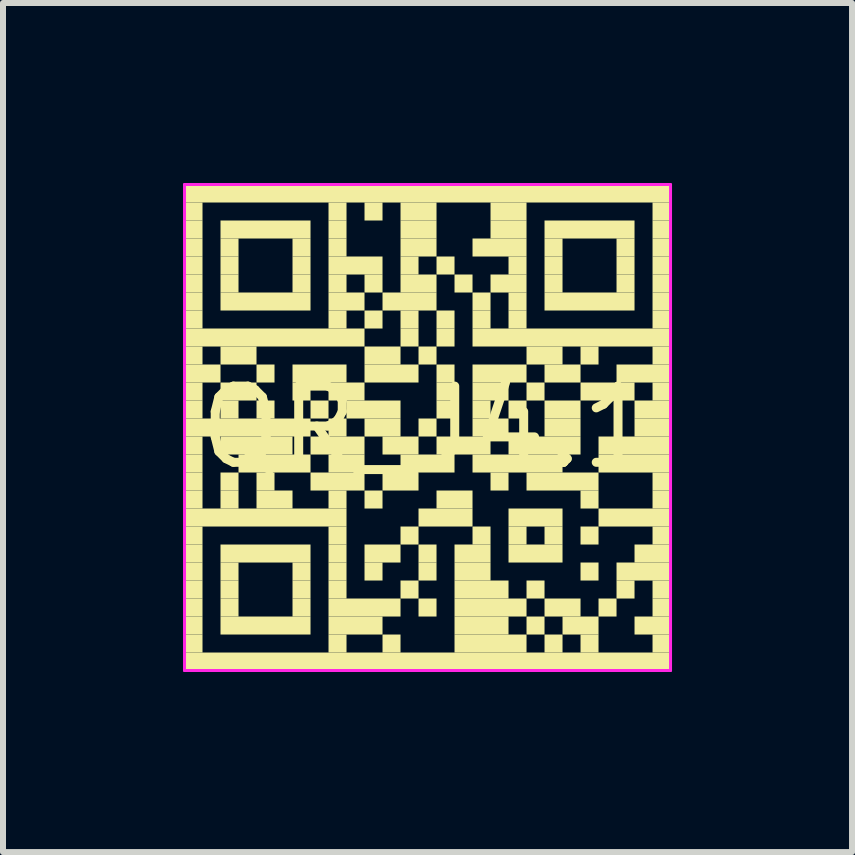
<source format=kicad_pcb>
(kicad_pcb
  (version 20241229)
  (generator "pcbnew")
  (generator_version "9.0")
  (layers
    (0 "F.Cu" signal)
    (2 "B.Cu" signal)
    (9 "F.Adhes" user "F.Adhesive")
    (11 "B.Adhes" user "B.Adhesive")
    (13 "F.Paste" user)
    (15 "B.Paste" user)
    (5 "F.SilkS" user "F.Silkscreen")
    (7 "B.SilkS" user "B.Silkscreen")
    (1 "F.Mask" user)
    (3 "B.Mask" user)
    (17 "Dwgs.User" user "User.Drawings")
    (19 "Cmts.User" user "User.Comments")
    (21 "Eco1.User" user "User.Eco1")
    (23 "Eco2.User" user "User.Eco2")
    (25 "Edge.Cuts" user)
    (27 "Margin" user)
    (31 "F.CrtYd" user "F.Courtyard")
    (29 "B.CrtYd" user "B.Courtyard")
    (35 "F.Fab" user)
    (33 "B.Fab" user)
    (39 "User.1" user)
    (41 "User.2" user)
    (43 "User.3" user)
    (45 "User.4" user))
  (footprint "QR_J4.1"
    (layer "F.Cu")
    (at 4.075 4.075)
    (property "Reference" "QR_J4.1" (at 0 0 0) (layer "F.SilkS") (effects (font (size 1.27 1.27) (thickness 0.15))))
    (attr board_only exclude_from_pos_files exclude_from_bom)
    (fp_poly (pts (xy -3.75 -3.45) (xy -3.75 -3.75) (xy -4.05 -3.75) (xy -4.05 -3.45)) (stroke (width 0) (type solid)) (fill yes) (layer "F.SilkS"))
    (fp_poly (pts (xy -3.75 -3.15) (xy -3.75 -3.45) (xy -4.05 -3.45) (xy -4.05 -3.15)) (stroke (width 0) (type solid)) (fill yes) (layer "F.SilkS"))
    (fp_poly (pts (xy -3.75 -2.85) (xy -3.75 -3.15) (xy -4.05 -3.15) (xy -4.05 -2.85)) (stroke (width 0) (type solid)) (fill yes) (layer "F.SilkS"))
    (fp_poly (pts (xy -3.75 -2.55) (xy -3.75 -2.85) (xy -4.05 -2.85) (xy -4.05 -2.55)) (stroke (width 0) (type solid)) (fill yes) (layer "F.SilkS"))
    (fp_poly (pts (xy -3.75 -2.25) (xy -3.75 -2.55) (xy -4.05 -2.55) (xy -4.05 -2.25)) (stroke (width 0) (type solid)) (fill yes) (layer "F.SilkS"))
    (fp_poly (pts (xy -3.75 -1.95) (xy -3.75 -2.25) (xy -4.05 -2.25) (xy -4.05 -1.95)) (stroke (width 0) (type solid)) (fill yes) (layer "F.SilkS"))
    (fp_poly (pts (xy -3.75 -1.65) (xy -3.75 -1.95) (xy -4.05 -1.95) (xy -4.05 -1.65)) (stroke (width 0) (type solid)) (fill yes) (layer "F.SilkS"))
    (fp_poly (pts (xy -3.75 -1.05) (xy -3.75 -1.35) (xy -4.05 -1.35) (xy -4.05 -1.05)) (stroke (width 0) (type solid)) (fill yes) (layer "F.SilkS"))
    (fp_poly (pts (xy -3.75 -0.45) (xy -3.75 -0.75) (xy -4.05 -0.75) (xy -4.05 -0.45)) (stroke (width 0) (type solid)) (fill yes) (layer "F.SilkS"))
    (fp_poly (pts (xy -3.75 -0.15) (xy -3.75 -0.45) (xy -4.05 -0.45) (xy -4.05 -0.15)) (stroke (width 0) (type solid)) (fill yes) (layer "F.SilkS"))
    (fp_poly (pts (xy -3.75 0.45) (xy -3.75 0.15) (xy -4.05 0.15) (xy -4.05 0.45)) (stroke (width 0) (type solid)) (fill yes) (layer "F.SilkS"))
    (fp_poly (pts (xy -3.75 0.75) (xy -3.75 0.45) (xy -4.05 0.45) (xy -4.05 0.75)) (stroke (width 0) (type solid)) (fill yes) (layer "F.SilkS"))
    (fp_poly (pts (xy -3.75 1.05) (xy -3.75 0.75) (xy -4.05 0.75) (xy -4.05 1.05)) (stroke (width 0) (type solid)) (fill yes) (layer "F.SilkS"))
    (fp_poly (pts (xy -3.75 1.35) (xy -3.75 1.05) (xy -4.05 1.05) (xy -4.05 1.35)) (stroke (width 0) (type solid)) (fill yes) (layer "F.SilkS"))
    (fp_poly (pts (xy -3.75 1.95) (xy -3.75 1.65) (xy -4.05 1.65) (xy -4.05 1.95)) (stroke (width 0) (type solid)) (fill yes) (layer "F.SilkS"))
    (fp_poly (pts (xy -3.75 2.25) (xy -3.75 1.95) (xy -4.05 1.95) (xy -4.05 2.25)) (stroke (width 0) (type solid)) (fill yes) (layer "F.SilkS"))
    (fp_poly (pts (xy -3.75 2.55) (xy -3.75 2.25) (xy -4.05 2.25) (xy -4.05 2.55)) (stroke (width 0) (type solid)) (fill yes) (layer "F.SilkS"))
    (fp_poly (pts (xy -3.75 2.85) (xy -3.75 2.55) (xy -4.05 2.55) (xy -4.05 2.85)) (stroke (width 0) (type solid)) (fill yes) (layer "F.SilkS"))
    (fp_poly (pts (xy -3.75 3.15) (xy -3.75 2.85) (xy -4.05 2.85) (xy -4.05 3.15)) (stroke (width 0) (type solid)) (fill yes) (layer "F.SilkS"))
    (fp_poly (pts (xy -3.75 3.45) (xy -3.75 3.15) (xy -4.05 3.15) (xy -4.05 3.45)) (stroke (width 0) (type solid)) (fill yes) (layer "F.SilkS"))
    (fp_poly (pts (xy -3.75 3.75) (xy -3.75 3.45) (xy -4.05 3.45) (xy -4.05 3.75)) (stroke (width 0) (type solid)) (fill yes) (layer "F.SilkS"))
    (fp_poly (pts (xy -3.45 -0.75) (xy -3.45 -1.05) (xy -4.05 -1.05) (xy -4.05 -0.75)) (stroke (width 0) (type solid)) (fill yes) (layer "F.SilkS"))
    (fp_poly (pts (xy -3.15 -2.85) (xy -3.15 -3.15) (xy -3.45 -3.15) (xy -3.45 -2.85)) (stroke (width 0) (type solid)) (fill yes) (layer "F.SilkS"))
    (fp_poly (pts (xy -3.15 -2.55) (xy -3.15 -2.85) (xy -3.45 -2.85) (xy -3.45 -2.55)) (stroke (width 0) (type solid)) (fill yes) (layer "F.SilkS"))
    (fp_poly (pts (xy -3.15 -2.25) (xy -3.15 -2.55) (xy -3.45 -2.55) (xy -3.45 -2.25)) (stroke (width 0) (type solid)) (fill yes) (layer "F.SilkS"))
    (fp_poly (pts (xy -3.15 -0.15) (xy -3.15 -0.45) (xy -3.45 -0.45) (xy -3.45 -0.15)) (stroke (width 0) (type solid)) (fill yes) (layer "F.SilkS"))
    (fp_poly (pts (xy -3.15 1.05) (xy -3.15 0.75) (xy -3.45 0.75) (xy -3.45 1.05)) (stroke (width 0) (type solid)) (fill yes) (layer "F.SilkS"))
    (fp_poly (pts (xy -3.15 1.35) (xy -3.15 1.05) (xy -3.45 1.05) (xy -3.45 1.35)) (stroke (width 0) (type solid)) (fill yes) (layer "F.SilkS"))
    (fp_poly (pts (xy -3.15 2.55) (xy -3.15 2.25) (xy -3.45 2.25) (xy -3.45 2.55)) (stroke (width 0) (type solid)) (fill yes) (layer "F.SilkS"))
    (fp_poly (pts (xy -3.15 2.85) (xy -3.15 2.55) (xy -3.45 2.55) (xy -3.45 2.85)) (stroke (width 0) (type solid)) (fill yes) (layer "F.SilkS"))
    (fp_poly (pts (xy -3.15 3.15) (xy -3.15 2.85) (xy -3.45 2.85) (xy -3.45 3.15)) (stroke (width 0) (type solid)) (fill yes) (layer "F.SilkS"))
    (fp_poly (pts (xy -2.85 -1.05) (xy -2.85 -1.35) (xy -3.45 -1.35) (xy -3.45 -1.05)) (stroke (width 0) (type solid)) (fill yes) (layer "F.SilkS"))
    (fp_poly (pts (xy -2.85 -0.45) (xy -2.85 -0.75) (xy -3.45 -0.75) (xy -3.45 -0.45)) (stroke (width 0) (type solid)) (fill yes) (layer "F.SilkS"))
    (fp_poly (pts (xy -2.55 -0.75) (xy -2.55 -1.05) (xy -2.85 -1.05) (xy -2.85 -0.75)) (stroke (width 0) (type solid)) (fill yes) (layer "F.SilkS"))
    (fp_poly (pts (xy -2.55 -0.15) (xy -2.55 -0.45) (xy -2.85 -0.45) (xy -2.85 -0.15)) (stroke (width 0) (type solid)) (fill yes) (layer "F.SilkS"))
    (fp_poly (pts (xy -2.55 1.05) (xy -2.55 0.75) (xy -2.85 0.75) (xy -2.85 1.05)) (stroke (width 0) (type solid)) (fill yes) (layer "F.SilkS"))
    (fp_poly (pts (xy -2.25 0.45) (xy -2.25 0.15) (xy -3.45 0.15) (xy -3.45 0.45)) (stroke (width 0) (type solid)) (fill yes) (layer "F.SilkS"))
    (fp_poly (pts (xy -2.25 1.35) (xy -2.25 1.05) (xy -2.85 1.05) (xy -2.85 1.35)) (stroke (width 0) (type solid)) (fill yes) (layer "F.SilkS"))
    (fp_poly (pts (xy -1.95 -3.15) (xy -1.95 -3.45) (xy -3.45 -3.45) (xy -3.45 -3.15)) (stroke (width 0) (type solid)) (fill yes) (layer "F.SilkS"))
    (fp_poly (pts (xy -1.95 -2.85) (xy -1.95 -3.15) (xy -2.25 -3.15) (xy -2.25 -2.85)) (stroke (width 0) (type solid)) (fill yes) (layer "F.SilkS"))
    (fp_poly (pts (xy -1.95 -2.55) (xy -1.95 -2.85) (xy -2.25 -2.85) (xy -2.25 -2.55)) (stroke (width 0) (type solid)) (fill yes) (layer "F.SilkS"))
    (fp_poly (pts (xy -1.95 -2.25) (xy -1.95 -2.55) (xy -2.25 -2.55) (xy -2.25 -2.25)) (stroke (width 0) (type solid)) (fill yes) (layer "F.SilkS"))
    (fp_poly (pts (xy -1.95 -1.95) (xy -1.95 -2.25) (xy -3.45 -2.25) (xy -3.45 -1.95)) (stroke (width 0) (type solid)) (fill yes) (layer "F.SilkS"))
    (fp_poly (pts (xy -1.95 -0.45) (xy -1.95 -0.75) (xy -2.25 -0.75) (xy -2.25 -0.45)) (stroke (width 0) (type solid)) (fill yes) (layer "F.SilkS"))
    (fp_poly (pts (xy -1.95 0.15) (xy -1.95 -0.15) (xy -4.05 -0.15) (xy -4.05 0.15)) (stroke (width 0) (type solid)) (fill yes) (layer "F.SilkS"))
    (fp_poly (pts (xy -1.95 0.75) (xy -1.95 0.45) (xy -3.15 0.45) (xy -3.15 0.75)) (stroke (width 0) (type solid)) (fill yes) (layer "F.SilkS"))
    (fp_poly (pts (xy -1.95 2.25) (xy -1.95 1.95) (xy -3.45 1.95) (xy -3.45 2.25)) (stroke (width 0) (type solid)) (fill yes) (layer "F.SilkS"))
    (fp_poly (pts (xy -1.95 2.55) (xy -1.95 2.25) (xy -2.25 2.25) (xy -2.25 2.55)) (stroke (width 0) (type solid)) (fill yes) (layer "F.SilkS"))
    (fp_poly (pts (xy -1.95 2.85) (xy -1.95 2.55) (xy -2.25 2.55) (xy -2.25 2.85)) (stroke (width 0) (type solid)) (fill yes) (layer "F.SilkS"))
    (fp_poly (pts (xy -1.95 3.15) (xy -1.95 2.85) (xy -2.25 2.85) (xy -2.25 3.15)) (stroke (width 0) (type solid)) (fill yes) (layer "F.SilkS"))
    (fp_poly (pts (xy -1.95 3.45) (xy -1.95 3.15) (xy -3.45 3.15) (xy -3.45 3.45)) (stroke (width 0) (type solid)) (fill yes) (layer "F.SilkS"))
    (fp_poly (pts (xy -1.65 -0.15) (xy -1.65 -0.45) (xy -1.95 -0.45) (xy -1.95 -0.15)) (stroke (width 0) (type solid)) (fill yes) (layer "F.SilkS"))
    (fp_poly (pts (xy -1.35 -3.45) (xy -1.35 -3.75) (xy -1.65 -3.75) (xy -1.65 -3.45)) (stroke (width 0) (type solid)) (fill yes) (layer "F.SilkS"))
    (fp_poly (pts (xy -1.35 -3.15) (xy -1.35 -3.45) (xy -1.65 -3.45) (xy -1.65 -3.15)) (stroke (width 0) (type solid)) (fill yes) (layer "F.SilkS"))
    (fp_poly (pts (xy -1.35 -2.85) (xy -1.35 -3.15) (xy -1.65 -3.15) (xy -1.65 -2.85)) (stroke (width 0) (type solid)) (fill yes) (layer "F.SilkS"))
    (fp_poly (pts (xy -1.35 -2.25) (xy -1.35 -2.55) (xy -1.65 -2.55) (xy -1.65 -2.25)) (stroke (width 0) (type solid)) (fill yes) (layer "F.SilkS"))
    (fp_poly (pts (xy -1.35 -1.65) (xy -1.35 -1.95) (xy -1.65 -1.95) (xy -1.65 -1.65)) (stroke (width 0) (type solid)) (fill yes) (layer "F.SilkS"))
    (fp_poly (pts (xy -1.35 -0.75) (xy -1.35 -1.05) (xy -2.25 -1.05) (xy -2.25 -0.75)) (stroke (width 0) (type solid)) (fill yes) (layer "F.SilkS"))
    (fp_poly (pts (xy -1.35 0.15) (xy -1.35 -0.15) (xy -1.65 -0.15) (xy -1.65 0.15)) (stroke (width 0) (type solid)) (fill yes) (layer "F.SilkS"))
    (fp_poly (pts (xy -1.35 1.35) (xy -1.35 1.05) (xy -1.65 1.05) (xy -1.65 1.35)) (stroke (width 0) (type solid)) (fill yes) (layer "F.SilkS"))
    (fp_poly (pts (xy -1.35 1.65) (xy -1.35 1.35) (xy -4.05 1.35) (xy -4.05 1.65)) (stroke (width 0) (type solid)) (fill yes) (layer "F.SilkS"))
    (fp_poly (pts (xy -1.35 1.95) (xy -1.35 1.65) (xy -1.65 1.65) (xy -1.65 1.95)) (stroke (width 0) (type solid)) (fill yes) (layer "F.SilkS"))
    (fp_poly (pts (xy -1.35 2.25) (xy -1.35 1.95) (xy -1.65 1.95) (xy -1.65 2.25)) (stroke (width 0) (type solid)) (fill yes) (layer "F.SilkS"))
    (fp_poly (pts (xy -1.35 2.55) (xy -1.35 2.25) (xy -1.65 2.25) (xy -1.65 2.55)) (stroke (width 0) (type solid)) (fill yes) (layer "F.SilkS"))
    (fp_poly (pts (xy -1.35 2.85) (xy -1.35 2.55) (xy -1.65 2.55) (xy -1.65 2.85)) (stroke (width 0) (type solid)) (fill yes) (layer "F.SilkS"))
    (fp_poly (pts (xy -1.35 3.75) (xy -1.35 3.45) (xy -1.65 3.45) (xy -1.65 3.75)) (stroke (width 0) (type solid)) (fill yes) (layer "F.SilkS"))
    (fp_poly (pts (xy -1.05 -1.95) (xy -1.05 -2.25) (xy -1.65 -2.25) (xy -1.65 -1.95)) (stroke (width 0) (type solid)) (fill yes) (layer "F.SilkS"))
    (fp_poly (pts (xy -1.05 -1.35) (xy -1.05 -1.65) (xy -4.05 -1.65) (xy -4.05 -1.35)) (stroke (width 0) (type solid)) (fill yes) (layer "F.SilkS"))
    (fp_poly (pts (xy -1.05 -0.45) (xy -1.05 -0.75) (xy -1.65 -0.75) (xy -1.65 -0.45)) (stroke (width 0) (type solid)) (fill yes) (layer "F.SilkS"))
    (fp_poly (pts (xy -1.05 0.45) (xy -1.05 0.15) (xy -1.95 0.15) (xy -1.95 0.45)) (stroke (width 0) (type solid)) (fill yes) (layer "F.SilkS"))
    (fp_poly (pts (xy -1.05 0.75) (xy -1.05 0.45) (xy -1.65 0.45) (xy -1.65 0.75)) (stroke (width 0) (type solid)) (fill yes) (layer "F.SilkS"))
    (fp_poly (pts (xy -1.05 1.05) (xy -1.05 0.75) (xy -1.95 0.75) (xy -1.95 1.05)) (stroke (width 0) (type solid)) (fill yes) (layer "F.SilkS"))
    (fp_poly (pts (xy -0.75 -3.45) (xy -0.75 -3.75) (xy -1.05 -3.75) (xy -1.05 -3.45)) (stroke (width 0) (type solid)) (fill yes) (layer "F.SilkS"))
    (fp_poly (pts (xy -0.75 -2.55) (xy -0.75 -2.85) (xy -1.65 -2.85) (xy -1.65 -2.55)) (stroke (width 0) (type solid)) (fill yes) (layer "F.SilkS"))
    (fp_poly (pts (xy -0.75 -2.25) (xy -0.75 -2.55) (xy -1.05 -2.55) (xy -1.05 -2.25)) (stroke (width 0) (type solid)) (fill yes) (layer "F.SilkS"))
    (fp_poly (pts (xy -0.75 -1.65) (xy -0.75 -1.95) (xy -1.05 -1.95) (xy -1.05 -1.65)) (stroke (width 0) (type solid)) (fill yes) (layer "F.SilkS"))
    (fp_poly (pts (xy -0.75 1.35) (xy -0.75 1.05) (xy -1.05 1.05) (xy -1.05 1.35)) (stroke (width 0) (type solid)) (fill yes) (layer "F.SilkS"))
    (fp_poly (pts (xy -0.75 2.55) (xy -0.75 2.25) (xy -1.05 2.25) (xy -1.05 2.55)) (stroke (width 0) (type solid)) (fill yes) (layer "F.SilkS"))
    (fp_poly (pts (xy -0.75 3.45) (xy -0.75 3.15) (xy -1.65 3.15) (xy -1.65 3.45)) (stroke (width 0) (type solid)) (fill yes) (layer "F.SilkS"))
    (fp_poly (pts (xy -0.45 -1.05) (xy -0.45 -1.35) (xy -1.05 -1.35) (xy -1.05 -1.05)) (stroke (width 0) (type solid)) (fill yes) (layer "F.SilkS"))
    (fp_poly (pts (xy -0.45 -0.15) (xy -0.45 -0.45) (xy -1.35 -0.45) (xy -1.35 -0.15)) (stroke (width 0) (type solid)) (fill yes) (layer "F.SilkS"))
    (fp_poly (pts (xy -0.45 0.15) (xy -0.45 -0.15) (xy -1.05 -0.15) (xy -1.05 0.15)) (stroke (width 0) (type solid)) (fill yes) (layer "F.SilkS"))
    (fp_poly (pts (xy -0.45 2.25) (xy -0.45 1.95) (xy -1.05 1.95) (xy -1.05 2.25)) (stroke (width 0) (type solid)) (fill yes) (layer "F.SilkS"))
    (fp_poly (pts (xy -0.45 3.15) (xy -0.45 2.85) (xy -1.65 2.85) (xy -1.65 3.15)) (stroke (width 0) (type solid)) (fill yes) (layer "F.SilkS"))
    (fp_poly (pts (xy -0.45 3.75) (xy -0.45 3.45) (xy -0.75 3.45) (xy -0.75 3.75)) (stroke (width 0) (type solid)) (fill yes) (layer "F.SilkS"))
    (fp_poly (pts (xy -0.15 -2.55) (xy -0.15 -2.85) (xy -0.45 -2.85) (xy -0.45 -2.55)) (stroke (width 0) (type solid)) (fill yes) (layer "F.SilkS"))
    (fp_poly (pts (xy -0.15 -1.65) (xy -0.15 -1.95) (xy -0.45 -1.95) (xy -0.45 -1.65)) (stroke (width 0) (type solid)) (fill yes) (layer "F.SilkS"))
    (fp_poly (pts (xy -0.15 -1.35) (xy -0.15 -1.65) (xy -0.45 -1.65) (xy -0.45 -1.35)) (stroke (width 0) (type solid)) (fill yes) (layer "F.SilkS"))
    (fp_poly (pts (xy -0.15 -0.75) (xy -0.15 -1.05) (xy -1.05 -1.05) (xy -1.05 -0.75)) (stroke (width 0) (type solid)) (fill yes) (layer "F.SilkS"))
    (fp_poly (pts (xy -0.15 0.45) (xy -0.15 0.15) (xy -0.75 0.15) (xy -0.75 0.45)) (stroke (width 0) (type solid)) (fill yes) (layer "F.SilkS"))
    (fp_poly (pts (xy -0.15 1.05) (xy -0.15 0.75) (xy -0.75 0.75) (xy -0.75 1.05)) (stroke (width 0) (type solid)) (fill yes) (layer "F.SilkS"))
    (fp_poly (pts (xy -0.15 1.95) (xy -0.15 1.65) (xy -0.45 1.65) (xy -0.45 1.95)) (stroke (width 0) (type solid)) (fill yes) (layer "F.SilkS"))
    (fp_poly (pts (xy -0.15 2.85) (xy -0.15 2.55) (xy -0.45 2.55) (xy -0.45 2.85)) (stroke (width 0) (type solid)) (fill yes) (layer "F.SilkS"))
    (fp_poly (pts (xy 0.15 -3.45) (xy 0.15 -3.75) (xy -0.45 -3.75) (xy -0.45 -3.45)) (stroke (width 0) (type solid)) (fill yes) (layer "F.SilkS"))
    (fp_poly (pts (xy 0.15 -3.15) (xy 0.15 -3.45) (xy -0.45 -3.45) (xy -0.45 -3.15)) (stroke (width 0) (type solid)) (fill yes) (layer "F.SilkS"))
    (fp_poly (pts (xy 0.15 -2.85) (xy 0.15 -3.15) (xy -0.45 -3.15) (xy -0.45 -2.85)) (stroke (width 0) (type solid)) (fill yes) (layer "F.SilkS"))
    (fp_poly (pts (xy 0.15 -2.25) (xy 0.15 -2.55) (xy -0.45 -2.55) (xy -0.45 -2.25)) (stroke (width 0) (type solid)) (fill yes) (layer "F.SilkS"))
    (fp_poly (pts (xy 0.15 -1.95) (xy 0.15 -2.25) (xy -0.75 -2.25) (xy -0.75 -1.95)) (stroke (width 0) (type solid)) (fill yes) (layer "F.SilkS"))
    (fp_poly (pts (xy 0.15 -1.05) (xy 0.15 -1.35) (xy -0.15 -1.35) (xy -0.15 -1.05)) (stroke (width 0) (type solid)) (fill yes) (layer "F.SilkS"))
    (fp_poly (pts (xy 0.15 0.15) (xy 0.15 -0.15) (xy -0.15 -0.15) (xy -0.15 0.15)) (stroke (width 0) (type solid)) (fill yes) (layer "F.SilkS"))
    (fp_poly (pts (xy 0.15 2.25) (xy 0.15 1.95) (xy -0.15 1.95) (xy -0.15 2.25)) (stroke (width 0) (type solid)) (fill yes) (layer "F.SilkS"))
    (fp_poly (pts (xy 0.15 2.55) (xy 0.15 2.25) (xy -0.15 2.25) (xy -0.15 2.55)) (stroke (width 0) (type solid)) (fill yes) (layer "F.SilkS"))
    (fp_poly (pts (xy 0.15 3.15) (xy 0.15 2.85) (xy -0.15 2.85) (xy -0.15 3.15)) (stroke (width 0) (type solid)) (fill yes) (layer "F.SilkS"))
    (fp_poly (pts (xy 0.45 -2.55) (xy 0.45 -2.85) (xy 0.15 -2.85) (xy 0.15 -2.55)) (stroke (width 0) (type solid)) (fill yes) (layer "F.SilkS"))
    (fp_poly (pts (xy 0.45 -1.65) (xy 0.45 -1.95) (xy 0.15 -1.95) (xy 0.15 -1.65)) (stroke (width 0) (type solid)) (fill yes) (layer "F.SilkS"))
    (fp_poly (pts (xy 0.45 -1.35) (xy 0.45 -1.65) (xy 0.15 -1.65) (xy 0.15 -1.35)) (stroke (width 0) (type solid)) (fill yes) (layer "F.SilkS"))
    (fp_poly (pts (xy 0.45 -0.75) (xy 0.45 -1.05) (xy 0.15 -1.05) (xy 0.15 -0.75)) (stroke (width 0) (type solid)) (fill yes) (layer "F.SilkS"))
    (fp_poly (pts (xy 0.45 -0.45) (xy 0.45 -0.75) (xy 0.15 -0.75) (xy 0.15 -0.45)) (stroke (width 0) (type solid)) (fill yes) (layer "F.SilkS"))
    (fp_poly (pts (xy 0.45 -0.15) (xy 0.45 -0.45) (xy 0.15 -0.45) (xy 0.15 -0.15)) (stroke (width 0) (type solid)) (fill yes) (layer "F.SilkS"))
    (fp_poly (pts (xy 0.45 0.75) (xy 0.45 0.45) (xy -0.45 0.45) (xy -0.45 0.75)) (stroke (width 0) (type solid)) (fill yes) (layer "F.SilkS"))
    (fp_poly (pts (xy 0.75 -2.25) (xy 0.75 -2.55) (xy 0.45 -2.55) (xy 0.45 -2.25)) (stroke (width 0) (type solid)) (fill yes) (layer "F.SilkS"))
    (fp_poly (pts (xy 0.75 1.35) (xy 0.75 1.05) (xy 0.15 1.05) (xy 0.15 1.35)) (stroke (width 0) (type solid)) (fill yes) (layer "F.SilkS"))
    (fp_poly (pts (xy 0.75 1.65) (xy 0.75 1.35) (xy -0.15 1.35) (xy -0.15 1.65)) (stroke (width 0) (type solid)) (fill yes) (layer "F.SilkS"))
    (fp_poly (pts (xy 1.05 -1.95) (xy 1.05 -2.25) (xy 0.75 -2.25) (xy 0.75 -1.95)) (stroke (width 0) (type solid)) (fill yes) (layer "F.SilkS"))
    (fp_poly (pts (xy 1.05 -1.65) (xy 1.05 -1.95) (xy 0.75 -1.95) (xy 0.75 -1.65)) (stroke (width 0) (type solid)) (fill yes) (layer "F.SilkS"))
    (fp_poly (pts (xy 1.05 -0.15) (xy 1.05 -0.45) (xy 0.75 -0.45) (xy 0.75 -0.15)) (stroke (width 0) (type solid)) (fill yes) (layer "F.SilkS"))
    (fp_poly (pts (xy 1.05 0.45) (xy 1.05 0.15) (xy 0.15 0.15) (xy 0.15 0.45)) (stroke (width 0) (type solid)) (fill yes) (layer "F.SilkS"))
    (fp_poly (pts (xy 1.05 1.95) (xy 1.05 1.65) (xy 0.75 1.65) (xy 0.75 1.95)) (stroke (width 0) (type solid)) (fill yes) (layer "F.SilkS"))
    (fp_poly (pts (xy 1.05 2.25) (xy 1.05 1.95) (xy 0.45 1.95) (xy 0.45 2.25)) (stroke (width 0) (type solid)) (fill yes) (layer "F.SilkS"))
    (fp_poly (pts (xy 1.05 2.55) (xy 1.05 2.25) (xy 0.45 2.25) (xy 0.45 2.55)) (stroke (width 0) (type solid)) (fill yes) (layer "F.SilkS"))
    (fp_poly (pts (xy 1.35 -0.45) (xy 1.35 -0.75) (xy 0.75 -0.75) (xy 0.75 -0.45)) (stroke (width 0) (type solid)) (fill yes) (layer "F.SilkS"))
    (fp_poly (pts (xy 1.35 0.15) (xy 1.35 -0.15) (xy 0.75 -0.15) (xy 0.75 0.15)) (stroke (width 0) (type solid)) (fill yes) (layer "F.SilkS"))
    (fp_poly (pts (xy 1.35 1.05) (xy 1.35 0.75) (xy 1.05 0.75) (xy 1.05 1.05)) (stroke (width 0) (type solid)) (fill yes) (layer "F.SilkS"))
    (fp_poly (pts (xy 1.35 2.85) (xy 1.35 2.55) (xy 0.45 2.55) (xy 0.45 2.85)) (stroke (width 0) (type solid)) (fill yes) (layer "F.SilkS"))
    (fp_poly (pts (xy 1.35 3.45) (xy 1.35 3.15) (xy 0.45 3.15) (xy 0.45 3.45)) (stroke (width 0) (type solid)) (fill yes) (layer "F.SilkS"))
    (fp_poly (pts (xy 1.65 -3.45) (xy 1.65 -3.75) (xy 1.05 -3.75) (xy 1.05 -3.45)) (stroke (width 0) (type solid)) (fill yes) (layer "F.SilkS"))
    (fp_poly (pts (xy 1.65 -3.15) (xy 1.65 -3.45) (xy 1.05 -3.45) (xy 1.05 -3.15)) (stroke (width 0) (type solid)) (fill yes) (layer "F.SilkS"))
    (fp_poly (pts (xy 1.65 -2.85) (xy 1.65 -3.15) (xy 0.75 -3.15) (xy 0.75 -2.85)) (stroke (width 0) (type solid)) (fill yes) (layer "F.SilkS"))
    (fp_poly (pts (xy 1.65 -2.55) (xy 1.65 -2.85) (xy 1.35 -2.85) (xy 1.35 -2.55)) (stroke (width 0) (type solid)) (fill yes) (layer "F.SilkS"))
    (fp_poly (pts (xy 1.65 -2.25) (xy 1.65 -2.55) (xy 1.05 -2.55) (xy 1.05 -2.25)) (stroke (width 0) (type solid)) (fill yes) (layer "F.SilkS"))
    (fp_poly (pts (xy 1.65 -1.95) (xy 1.65 -2.25) (xy 1.35 -2.25) (xy 1.35 -1.95)) (stroke (width 0) (type solid)) (fill yes) (layer "F.SilkS"))
    (fp_poly (pts (xy 1.65 -1.65) (xy 1.65 -1.95) (xy 1.35 -1.95) (xy 1.35 -1.65)) (stroke (width 0) (type solid)) (fill yes) (layer "F.SilkS"))
    (fp_poly (pts (xy 1.65 -0.75) (xy 1.65 -1.05) (xy 0.75 -1.05) (xy 0.75 -0.75)) (stroke (width 0) (type solid)) (fill yes) (layer "F.SilkS"))
    (fp_poly (pts (xy 1.65 -0.15) (xy 1.65 -0.45) (xy 1.35 -0.45) (xy 1.35 -0.15)) (stroke (width 0) (type solid)) (fill yes) (layer "F.SilkS"))
    (fp_poly (pts (xy 1.65 1.95) (xy 1.65 1.65) (xy 1.35 1.65) (xy 1.35 1.95)) (stroke (width 0) (type solid)) (fill yes) (layer "F.SilkS"))
    (fp_poly (pts (xy 1.65 3.15) (xy 1.65 2.85) (xy 0.45 2.85) (xy 0.45 3.15)) (stroke (width 0) (type solid)) (fill yes) (layer "F.SilkS"))
    (fp_poly (pts (xy 1.65 3.75) (xy 1.65 3.45) (xy 0.45 3.45) (xy 0.45 3.75)) (stroke (width 0) (type solid)) (fill yes) (layer "F.SilkS"))
    (fp_poly (pts (xy 1.95 -0.45) (xy 1.95 -0.75) (xy 1.65 -0.75) (xy 1.65 -0.45)) (stroke (width 0) (type solid)) (fill yes) (layer "F.SilkS"))
    (fp_poly (pts (xy 1.95 2.85) (xy 1.95 2.55) (xy 1.65 2.55) (xy 1.65 2.85)) (stroke (width 0) (type solid)) (fill yes) (layer "F.SilkS"))
    (fp_poly (pts (xy 1.95 3.45) (xy 1.95 3.15) (xy 1.65 3.15) (xy 1.65 3.45)) (stroke (width 0) (type solid)) (fill yes) (layer "F.SilkS"))
    (fp_poly (pts (xy 2.25 -2.85) (xy 2.25 -3.15) (xy 1.95 -3.15) (xy 1.95 -2.85)) (stroke (width 0) (type solid)) (fill yes) (layer "F.SilkS"))
    (fp_poly (pts (xy 2.25 -2.55) (xy 2.25 -2.85) (xy 1.95 -2.85) (xy 1.95 -2.55)) (stroke (width 0) (type solid)) (fill yes) (layer "F.SilkS"))
    (fp_poly (pts (xy 2.25 -2.25) (xy 2.25 -2.55) (xy 1.95 -2.55) (xy 1.95 -2.25)) (stroke (width 0) (type solid)) (fill yes) (layer "F.SilkS"))
    (fp_poly (pts (xy 2.25 -1.05) (xy 2.25 -1.35) (xy 1.65 -1.35) (xy 1.65 -1.05)) (stroke (width 0) (type solid)) (fill yes) (layer "F.SilkS"))
    (fp_poly (pts (xy 2.25 0.75) (xy 2.25 0.45) (xy 0.75 0.45) (xy 0.75 0.75)) (stroke (width 0) (type solid)) (fill yes) (layer "F.SilkS"))
    (fp_poly (pts (xy 2.25 1.65) (xy 2.25 1.35) (xy 1.35 1.35) (xy 1.35 1.65)) (stroke (width 0) (type solid)) (fill yes) (layer "F.SilkS"))
    (fp_poly (pts (xy 2.25 1.95) (xy 2.25 1.65) (xy 1.95 1.65) (xy 1.95 1.95)) (stroke (width 0) (type solid)) (fill yes) (layer "F.SilkS"))
    (fp_poly (pts (xy 2.25 2.25) (xy 2.25 1.95) (xy 1.35 1.95) (xy 1.35 2.25)) (stroke (width 0) (type solid)) (fill yes) (layer "F.SilkS"))
    (fp_poly (pts (xy 2.25 3.75) (xy 2.25 3.45) (xy 1.95 3.45) (xy 1.95 3.75)) (stroke (width 0) (type solid)) (fill yes) (layer "F.SilkS"))
    (fp_poly (pts (xy 2.55 -0.75) (xy 2.55 -1.05) (xy 1.95 -1.05) (xy 1.95 -0.75)) (stroke (width 0) (type solid)) (fill yes) (layer "F.SilkS"))
    (fp_poly (pts (xy 2.55 -0.15) (xy 2.55 -0.45) (xy 1.95 -0.45) (xy 1.95 -0.15)) (stroke (width 0) (type solid)) (fill yes) (layer "F.SilkS"))
    (fp_poly (pts (xy 2.55 0.15) (xy 2.55 -0.15) (xy 1.95 -0.15) (xy 1.95 0.15)) (stroke (width 0) (type solid)) (fill yes) (layer "F.SilkS"))
    (fp_poly (pts (xy 2.55 0.45) (xy 2.55 0.15) (xy 1.35 0.15) (xy 1.35 0.45)) (stroke (width 0) (type solid)) (fill yes) (layer "F.SilkS"))
    (fp_poly (pts (xy 2.55 3.15) (xy 2.55 2.85) (xy 1.95 2.85) (xy 1.95 3.15)) (stroke (width 0) (type solid)) (fill yes) (layer "F.SilkS"))
    (fp_poly (pts (xy 2.85 -1.05) (xy 2.85 -1.35) (xy 2.55 -1.35) (xy 2.55 -1.05)) (stroke (width 0) (type solid)) (fill yes) (layer "F.SilkS"))
    (fp_poly (pts (xy 2.85 1.05) (xy 2.85 0.75) (xy 1.65 0.75) (xy 1.65 1.05)) (stroke (width 0) (type solid)) (fill yes) (layer "F.SilkS"))
    (fp_poly (pts (xy 2.85 1.35) (xy 2.85 1.05) (xy 2.55 1.05) (xy 2.55 1.35)) (stroke (width 0) (type solid)) (fill yes) (layer "F.SilkS"))
    (fp_poly (pts (xy 2.85 1.95) (xy 2.85 1.65) (xy 2.55 1.65) (xy 2.55 1.95)) (stroke (width 0) (type solid)) (fill yes) (layer "F.SilkS"))
    (fp_poly (pts (xy 2.85 2.55) (xy 2.85 2.25) (xy 2.55 2.25) (xy 2.55 2.55)) (stroke (width 0) (type solid)) (fill yes) (layer "F.SilkS"))
    (fp_poly (pts (xy 2.85 3.45) (xy 2.85 3.15) (xy 2.25 3.15) (xy 2.25 3.45)) (stroke (width 0) (type solid)) (fill yes) (layer "F.SilkS"))
    (fp_poly (pts (xy 2.85 3.75) (xy 2.85 3.45) (xy 2.55 3.45) (xy 2.55 3.75)) (stroke (width 0) (type solid)) (fill yes) (layer "F.SilkS"))
    (fp_poly (pts (xy 3.15 3.15) (xy 3.15 2.85) (xy 2.85 2.85) (xy 2.85 3.15)) (stroke (width 0) (type solid)) (fill yes) (layer "F.SilkS"))
    (fp_poly (pts (xy 3.45 -3.15) (xy 3.45 -3.45) (xy 1.95 -3.45) (xy 1.95 -3.15)) (stroke (width 0) (type solid)) (fill yes) (layer "F.SilkS"))
    (fp_poly (pts (xy 3.45 -2.85) (xy 3.45 -3.15) (xy 3.15 -3.15) (xy 3.15 -2.85)) (stroke (width 0) (type solid)) (fill yes) (layer "F.SilkS"))
    (fp_poly (pts (xy 3.45 -2.55) (xy 3.45 -2.85) (xy 3.15 -2.85) (xy 3.15 -2.55)) (stroke (width 0) (type solid)) (fill yes) (layer "F.SilkS"))
    (fp_poly (pts (xy 3.45 -2.25) (xy 3.45 -2.55) (xy 3.15 -2.55) (xy 3.15 -2.25)) (stroke (width 0) (type solid)) (fill yes) (layer "F.SilkS"))
    (fp_poly (pts (xy 3.45 -1.95) (xy 3.45 -2.25) (xy 1.95 -2.25) (xy 1.95 -1.95)) (stroke (width 0) (type solid)) (fill yes) (layer "F.SilkS"))
    (fp_poly (pts (xy 3.45 -0.45) (xy 3.45 -0.75) (xy 2.55 -0.75) (xy 2.55 -0.45)) (stroke (width 0) (type solid)) (fill yes) (layer "F.SilkS"))
    (fp_poly (pts (xy 3.45 2.85) (xy 3.45 2.55) (xy 3.15 2.55) (xy 3.15 2.85)) (stroke (width 0) (type solid)) (fill yes) (layer "F.SilkS"))
    (fp_poly (pts (xy 4.05 -3.75) (xy 4.05 -4.05) (xy -4.05 -4.05) (xy -4.05 -3.75)) (stroke (width 0) (type solid)) (fill yes) (layer "F.SilkS"))
    (fp_poly (pts (xy 4.05 -3.45) (xy 4.05 -3.75) (xy 3.75 -3.75) (xy 3.75 -3.45)) (stroke (width 0) (type solid)) (fill yes) (layer "F.SilkS"))
    (fp_poly (pts (xy 4.05 -3.15) (xy 4.05 -3.45) (xy 3.75 -3.45) (xy 3.75 -3.15)) (stroke (width 0) (type solid)) (fill yes) (layer "F.SilkS"))
    (fp_poly (pts (xy 4.05 -2.85) (xy 4.05 -3.15) (xy 3.75 -3.15) (xy 3.75 -2.85)) (stroke (width 0) (type solid)) (fill yes) (layer "F.SilkS"))
    (fp_poly (pts (xy 4.05 -2.55) (xy 4.05 -2.85) (xy 3.75 -2.85) (xy 3.75 -2.55)) (stroke (width 0) (type solid)) (fill yes) (layer "F.SilkS"))
    (fp_poly (pts (xy 4.05 -2.25) (xy 4.05 -2.55) (xy 3.75 -2.55) (xy 3.75 -2.25)) (stroke (width 0) (type solid)) (fill yes) (layer "F.SilkS"))
    (fp_poly (pts (xy 4.05 -1.95) (xy 4.05 -2.25) (xy 3.75 -2.25) (xy 3.75 -1.95)) (stroke (width 0) (type solid)) (fill yes) (layer "F.SilkS"))
    (fp_poly (pts (xy 4.05 -1.65) (xy 4.05 -1.95) (xy 3.75 -1.95) (xy 3.75 -1.65)) (stroke (width 0) (type solid)) (fill yes) (layer "F.SilkS"))
    (fp_poly (pts (xy 4.05 -1.35) (xy 4.05 -1.65) (xy 0.75 -1.65) (xy 0.75 -1.35)) (stroke (width 0) (type solid)) (fill yes) (layer "F.SilkS"))
    (fp_poly (pts (xy 4.05 -1.05) (xy 4.05 -1.35) (xy 3.75 -1.35) (xy 3.75 -1.05)) (stroke (width 0) (type solid)) (fill yes) (layer "F.SilkS"))
    (fp_poly (pts (xy 4.05 -0.75) (xy 4.05 -1.05) (xy 3.15 -1.05) (xy 3.15 -0.75)) (stroke (width 0) (type solid)) (fill yes) (layer "F.SilkS"))
    (fp_poly (pts (xy 4.05 -0.45) (xy 4.05 -0.75) (xy 3.75 -0.75) (xy 3.75 -0.45)) (stroke (width 0) (type solid)) (fill yes) (layer "F.SilkS"))
    (fp_poly (pts (xy 4.05 -0.15) (xy 4.05 -0.45) (xy 3.45 -0.45) (xy 3.45 -0.15)) (stroke (width 0) (type solid)) (fill yes) (layer "F.SilkS"))
    (fp_poly (pts (xy 4.05 0.15) (xy 4.05 -0.15) (xy 3.45 -0.15) (xy 3.45 0.15)) (stroke (width 0) (type solid)) (fill yes) (layer "F.SilkS"))
    (fp_poly (pts (xy 4.05 0.45) (xy 4.05 0.15) (xy 2.85 0.15) (xy 2.85 0.45)) (stroke (width 0) (type solid)) (fill yes) (layer "F.SilkS"))
    (fp_poly (pts (xy 4.05 0.75) (xy 4.05 0.45) (xy 2.85 0.45) (xy 2.85 0.75)) (stroke (width 0) (type solid)) (fill yes) (layer "F.SilkS"))
    (fp_poly (pts (xy 4.05 1.05) (xy 4.05 0.75) (xy 3.75 0.75) (xy 3.75 1.05)) (stroke (width 0) (type solid)) (fill yes) (layer "F.SilkS"))
    (fp_poly (pts (xy 4.05 1.35) (xy 4.05 1.05) (xy 3.75 1.05) (xy 3.75 1.35)) (stroke (width 0) (type solid)) (fill yes) (layer "F.SilkS"))
    (fp_poly (pts (xy 4.05 1.65) (xy 4.05 1.35) (xy 2.85 1.35) (xy 2.85 1.65)) (stroke (width 0) (type solid)) (fill yes) (layer "F.SilkS"))
    (fp_poly (pts (xy 4.05 1.95) (xy 4.05 1.65) (xy 3.75 1.65) (xy 3.75 1.95)) (stroke (width 0) (type solid)) (fill yes) (layer "F.SilkS"))
    (fp_poly (pts (xy 4.05 2.25) (xy 4.05 1.95) (xy 3.45 1.95) (xy 3.45 2.25)) (stroke (width 0) (type solid)) (fill yes) (layer "F.SilkS"))
    (fp_poly (pts (xy 4.05 2.55) (xy 4.05 2.25) (xy 3.15 2.25) (xy 3.15 2.55)) (stroke (width 0) (type solid)) (fill yes) (layer "F.SilkS"))
    (fp_poly (pts (xy 4.05 2.85) (xy 4.05 2.55) (xy 3.75 2.55) (xy 3.75 2.85)) (stroke (width 0) (type solid)) (fill yes) (layer "F.SilkS"))
    (fp_poly (pts (xy 4.05 3.15) (xy 4.05 2.85) (xy 3.75 2.85) (xy 3.75 3.15)) (stroke (width 0) (type solid)) (fill yes) (layer "F.SilkS"))
    (fp_poly (pts (xy 4.05 3.45) (xy 4.05 3.15) (xy 3.45 3.15) (xy 3.45 3.45)) (stroke (width 0) (type solid)) (fill yes) (layer "F.SilkS"))
    (fp_poly (pts (xy 4.05 3.75) (xy 4.05 3.45) (xy 3.75 3.45) (xy 3.75 3.75)) (stroke (width 0) (type solid)) (fill yes) (layer "F.SilkS"))
    (fp_poly (pts (xy 4.05 4.05) (xy 4.05 3.75) (xy -4.05 3.75) (xy -4.05 4.05)) (stroke (width 0) (type solid)) (fill yes) (layer "F.SilkS"))
    (fp_line (start -4.05 4.05) (end -4.05 -4.05) (stroke (width 0.05) (type solid)) (layer "F.CrtYd"))
    (fp_line (start -4.05 4.05) (end 4.05 4.05) (stroke (width 0.05) (type solid)) (layer "F.CrtYd"))
    (fp_line (start 4.05 -4.05) (end -4.05 -4.05) (stroke (width 0.05) (type solid)) (layer "F.CrtYd"))
    (fp_line (start 4.05 -4.05) (end 4.05 4.05) (stroke (width 0.05) (type solid)) (layer "F.CrtYd")))
  (gr_rect
    (start -3 -3)
    (end 11.15 11.15)
    (stroke (width 0.1) (type default))
    (fill no)
    (layer "Edge.Cuts")))
</source>
